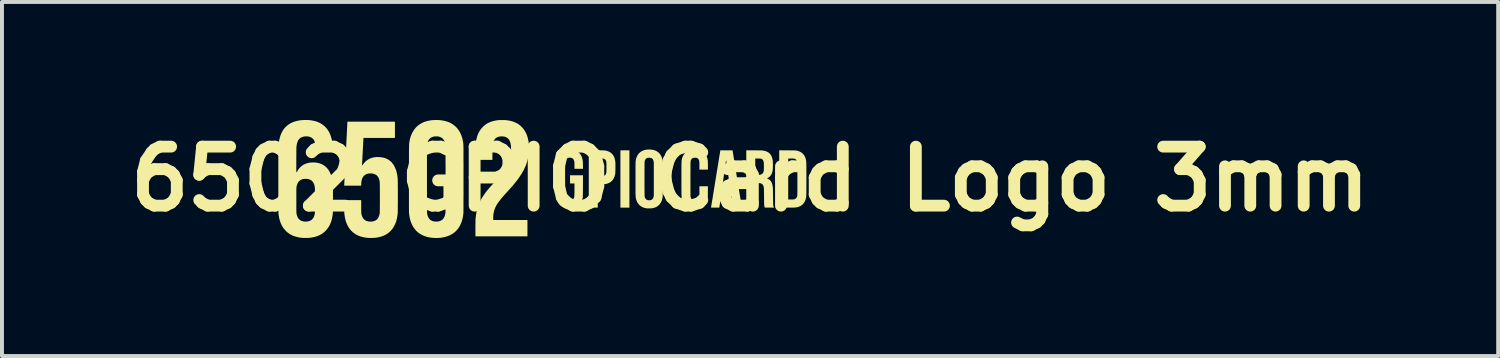
<source format=kicad_pcb>
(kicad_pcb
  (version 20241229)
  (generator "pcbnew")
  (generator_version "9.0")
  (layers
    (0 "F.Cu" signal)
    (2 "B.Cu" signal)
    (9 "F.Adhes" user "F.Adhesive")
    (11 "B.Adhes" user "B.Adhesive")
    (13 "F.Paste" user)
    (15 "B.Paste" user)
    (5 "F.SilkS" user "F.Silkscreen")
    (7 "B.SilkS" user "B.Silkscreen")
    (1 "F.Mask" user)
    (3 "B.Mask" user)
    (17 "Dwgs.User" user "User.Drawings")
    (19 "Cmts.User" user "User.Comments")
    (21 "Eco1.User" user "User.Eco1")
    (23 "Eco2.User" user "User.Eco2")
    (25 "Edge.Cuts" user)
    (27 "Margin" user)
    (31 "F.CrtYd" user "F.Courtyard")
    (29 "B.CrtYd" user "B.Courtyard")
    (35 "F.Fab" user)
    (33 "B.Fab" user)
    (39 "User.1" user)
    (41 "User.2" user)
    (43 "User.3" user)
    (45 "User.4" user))
  (footprint "6502 GPIO Card Logo 3mm"
    (layer "F.Cu")
    (at 16.014 1.499)
    (property "Reference" "6502 GPIO Card Logo 3mm" (at 0 0 0) (layer "F.SilkS") (effects (font (size 1.5 1.5) (thickness 0.3))))
    (attr board_only exclude_from_pos_files exclude_from_bom)
    (fp_poly (pts (xy -3.066 0) (xy -3.066 0.728) (xy -3.18 0.728) (xy -3.295 0.728) (xy -3.295 0) (xy -3.295 -0.728) (xy -3.18 -0.728) (xy -3.066 -0.728)) (stroke (width 0) (type solid)) (fill yes) (layer "F.SilkS"))
    (fp_poly (pts (xy -3.873 -0.728) (xy -3.838 -0.728) (xy -3.807 -0.728) (xy -3.781 -0.728) (xy -3.757 -0.728) (xy -3.737 -0.727) (xy -3.719 -0.726) (xy -3.704 -0.725) (xy -3.69 -0.724) (xy -3.678 -0.723) (xy -3.667 -0.721) (xy -3.657 -0.719) (xy -3.647 -0.716) (xy -3.637 -0.713) (xy -3.627 -0.71) (xy -3.623 -0.709) (xy -3.588 -0.695) (xy -3.556 -0.678) (xy -3.527 -0.656) (xy -3.501 -0.631) (xy -3.479 -0.602) (xy -3.462 -0.574) (xy -3.45 -0.545) (xy -3.439 -0.512) (xy -3.431 -0.477) (xy -3.425 -0.44) (xy -3.424 -0.433) (xy -3.423 -0.422) (xy -3.423 -0.407) (xy -3.422 -0.389) (xy -3.422 -0.368) (xy -3.422 -0.345) (xy -3.422 -0.32) (xy -3.422 -0.295) (xy -3.422 -0.269) (xy -3.423 -0.243) (xy -3.423 -0.219) (xy -3.424 -0.196) (xy -3.424 -0.175) (xy -3.425 -0.157) (xy -3.426 -0.143) (xy -3.427 -0.133) (xy -3.428 -0.129) (xy -3.436 -0.092) (xy -3.446 -0.059) (xy -3.458 -0.03) (xy -3.472 -0.003) (xy -3.488 0.021) (xy -3.507 0.044) (xy -3.527 0.062) (xy -3.546 0.078) (xy -3.568 0.091) (xy -3.577 0.096) (xy -3.597 0.106) (xy -3.617 0.113) (xy -3.637 0.12) (xy -3.658 0.125) (xy -3.682 0.129) (xy -3.708 0.132) (xy -3.737 0.133) (xy -3.77 0.134) (xy -3.797 0.134) (xy -3.871 0.135) (xy -3.871 0.431) (xy -3.871 0.728) (xy -3.985 0.728) (xy -4.099 0.728) (xy -4.099 0) (xy -4.099 -0.297) (xy -3.871 -0.297) (xy -3.871 -0.074) (xy -3.804 -0.074) (xy -3.781 -0.074) (xy -3.762 -0.074) (xy -3.747 -0.075) (xy -3.736 -0.075) (xy -3.728 -0.076) (xy -3.724 -0.077) (xy -3.704 -0.085) (xy -3.687 -0.095) (xy -3.674 -0.109) (xy -3.663 -0.127) (xy -3.656 -0.148) (xy -3.654 -0.159) (xy -3.653 -0.167) (xy -3.652 -0.179) (xy -3.651 -0.195) (xy -3.651 -0.214) (xy -3.65 -0.236) (xy -3.65 -0.259) (xy -3.65 -0.284) (xy -3.65 -0.308) (xy -3.65 -0.333) (xy -3.65 -0.356) (xy -3.65 -0.378) (xy -3.651 -0.397) (xy -3.652 -0.414) (xy -3.653 -0.426) (xy -3.654 -0.435) (xy -3.654 -0.435) (xy -3.66 -0.458) (xy -3.669 -0.477) (xy -3.68 -0.493) (xy -3.695 -0.504) (xy -3.698 -0.506) (xy -3.706 -0.51) (xy -3.713 -0.513) (xy -3.721 -0.516) (xy -3.73 -0.518) (xy -3.74 -0.519) (xy -3.754 -0.52) (xy -3.77 -0.52) (xy -3.79 -0.52) (xy -3.804 -0.52) (xy -3.871 -0.52) (xy -3.871 -0.297) (xy -4.099 -0.297) (xy -4.099 -0.728) (xy -3.913 -0.728)) (stroke (width 0) (type solid)) (fill yes) (layer "F.SilkS"))
    (fp_poly (pts (xy -0.328 -0.006) (xy -0.318 0.054) (xy -0.309 0.113) (xy -0.299 0.17) (xy -0.29 0.225) (xy -0.281 0.279) (xy -0.273 0.331) (xy -0.265 0.38) (xy -0.257 0.427) (xy -0.25 0.471) (xy -0.243 0.512) (xy -0.237 0.55) (xy -0.232 0.585) (xy -0.226 0.617) (xy -0.222 0.644) (xy -0.218 0.668) (xy -0.215 0.688) (xy -0.212 0.704) (xy -0.21 0.715) (xy -0.209 0.721) (xy -0.209 0.723) (xy -0.208 0.728) (xy -0.322 0.728) (xy -0.436 0.728) (xy -0.437 0.72) (xy -0.438 0.716) (xy -0.439 0.708) (xy -0.441 0.696) (xy -0.443 0.681) (xy -0.446 0.664) (xy -0.449 0.644) (xy -0.452 0.622) (xy -0.455 0.6) (xy -0.458 0.577) (xy -0.462 0.554) (xy -0.465 0.532) (xy -0.468 0.512) (xy -0.47 0.493) (xy -0.473 0.476) (xy -0.475 0.463) (xy -0.476 0.453) (xy -0.477 0.447) (xy -0.477 0.445) (xy -0.48 0.445) (xy -0.487 0.445) (xy -0.498 0.445) (xy -0.513 0.445) (xy -0.531 0.444) (xy -0.552 0.444) (xy -0.574 0.444) (xy -0.599 0.444) (xy -0.608 0.444) (xy -0.637 0.444) (xy -0.661 0.444) (xy -0.682 0.444) (xy -0.698 0.444) (xy -0.711 0.445) (xy -0.721 0.445) (xy -0.728 0.445) (xy -0.733 0.446) (xy -0.736 0.446) (xy -0.738 0.447) (xy -0.739 0.448) (xy -0.74 0.449) (xy -0.74 0.452) (xy -0.741 0.46) (xy -0.743 0.472) (xy -0.745 0.487) (xy -0.748 0.506) (xy -0.751 0.527) (xy -0.755 0.551) (xy -0.758 0.576) (xy -0.761 0.591) (xy -0.781 0.728) (xy -0.887 0.728) (xy -0.913 0.728) (xy -0.934 0.728) (xy -0.951 0.728) (xy -0.965 0.728) (xy -0.975 0.728) (xy -0.982 0.728) (xy -0.987 0.727) (xy -0.99 0.726) (xy -0.991 0.726) (xy -0.992 0.725) (xy -0.992 0.724) (xy -0.991 0.721) (xy -0.99 0.714) (xy -0.988 0.701) (xy -0.985 0.685) (xy -0.982 0.664) (xy -0.977 0.639) (xy -0.973 0.61) (xy -0.968 0.578) (xy -0.962 0.542) (xy -0.955 0.503) (xy -0.948 0.461) (xy -0.941 0.416) (xy -0.933 0.369) (xy -0.925 0.319) (xy -0.917 0.267) (xy -0.913 0.246) (xy -0.711 0.246) (xy -0.608 0.246) (xy -0.505 0.246) (xy -0.506 0.238) (xy -0.507 0.235) (xy -0.508 0.226) (xy -0.51 0.214) (xy -0.512 0.197) (xy -0.515 0.176) (xy -0.518 0.152) (xy -0.522 0.125) (xy -0.527 0.094) (xy -0.531 0.061) (xy -0.536 0.026) (xy -0.542 -0.012) (xy -0.547 -0.051) (xy -0.553 -0.092) (xy -0.557 -0.122) (xy -0.563 -0.163) (xy -0.569 -0.204) (xy -0.574 -0.242) (xy -0.579 -0.279) (xy -0.584 -0.313) (xy -0.589 -0.345) (xy -0.593 -0.374) (xy -0.597 -0.4) (xy -0.6 -0.422) (xy -0.603 -0.441) (xy -0.605 -0.456) (xy -0.607 -0.467) (xy -0.608 -0.473) (xy -0.608 -0.474) (xy -0.611 -0.474) (xy -0.611 -0.474) (xy -0.611 -0.471) (xy -0.612 -0.464) (xy -0.614 -0.452) (xy -0.616 -0.437) (xy -0.619 -0.417) (xy -0.623 -0.395) (xy -0.626 -0.369) (xy -0.63 -0.341) (xy -0.634 -0.311) (xy -0.639 -0.278) (xy -0.644 -0.244) (xy -0.649 -0.209) (xy -0.654 -0.173) (xy -0.659 -0.137) (xy -0.664 -0.1) (xy -0.669 -0.063) (xy -0.674 -0.027) (xy -0.679 0.008) (xy -0.684 0.042) (xy -0.688 0.074) (xy -0.693 0.105) (xy -0.696 0.133) (xy -0.7 0.159) (xy -0.703 0.182) (xy -0.706 0.202) (xy -0.708 0.218) (xy -0.709 0.23) (xy -0.71 0.237) (xy -0.711 0.24) (xy -0.711 0.246) (xy -0.913 0.246) (xy -0.908 0.213) (xy -0.899 0.157) (xy -0.89 0.099) (xy -0.88 0.04) (xy -0.873 -0.004) (xy -0.755 -0.728) (xy -0.6 -0.728) (xy -0.445 -0.728)) (stroke (width 0) (type solid)) (fill yes) (layer "F.SilkS"))
    (fp_poly (pts (xy 0.947 -0.728) (xy 0.985 -0.728) (xy 1.017 -0.727) (xy 1.046 -0.727) (xy 1.07 -0.727) (xy 1.091 -0.727) (xy 1.108 -0.727) (xy 1.123 -0.726) (xy 1.135 -0.726) (xy 1.145 -0.726) (xy 1.153 -0.725) (xy 1.16 -0.725) (xy 1.166 -0.724) (xy 1.171 -0.723) (xy 1.177 -0.722) (xy 1.181 -0.721) (xy 1.222 -0.711) (xy 1.259 -0.698) (xy 1.292 -0.681) (xy 1.322 -0.66) (xy 1.348 -0.636) (xy 1.371 -0.608) (xy 1.39 -0.576) (xy 1.405 -0.541) (xy 1.417 -0.502) (xy 1.421 -0.484) (xy 1.422 -0.477) (xy 1.424 -0.47) (xy 1.425 -0.464) (xy 1.426 -0.457) (xy 1.427 -0.45) (xy 1.427 -0.442) (xy 1.428 -0.432) (xy 1.429 -0.422) (xy 1.429 -0.41) (xy 1.43 -0.396) (xy 1.43 -0.381) (xy 1.43 -0.363) (xy 1.431 -0.342) (xy 1.431 -0.319) (xy 1.431 -0.292) (xy 1.431 -0.262) (xy 1.431 -0.229) (xy 1.431 -0.192) (xy 1.432 -0.151) (xy 1.432 -0.105) (xy 1.432 -0.055) (xy 1.432 -0.000069) (xy 1.432 0) (xy 1.432 0.055) (xy 1.432 0.105) (xy 1.432 0.151) (xy 1.431 0.192) (xy 1.431 0.229) (xy 1.431 0.262) (xy 1.431 0.292) (xy 1.431 0.318) (xy 1.431 0.342) (xy 1.43 0.362) (xy 1.43 0.381) (xy 1.43 0.396) (xy 1.429 0.41) (xy 1.429 0.422) (xy 1.428 0.432) (xy 1.427 0.442) (xy 1.427 0.45) (xy 1.426 0.457) (xy 1.425 0.464) (xy 1.424 0.47) (xy 1.422 0.477) (xy 1.421 0.484) (xy 1.421 0.484) (xy 1.411 0.524) (xy 1.397 0.561) (xy 1.379 0.594) (xy 1.358 0.624) (xy 1.333 0.65) (xy 1.305 0.672) (xy 1.274 0.691) (xy 1.239 0.706) (xy 1.201 0.717) (xy 1.189 0.719) (xy 1.18 0.721) (xy 1.172 0.722) (xy 1.163 0.724) (xy 1.153 0.725) (xy 1.143 0.726) (xy 1.131 0.726) (xy 1.118 0.727) (xy 1.102 0.727) (xy 1.084 0.728) (xy 1.062 0.728) (xy 1.037 0.728) (xy 1.009 0.728) (xy 0.976 0.728) (xy 0.939 0.728) (xy 0.933 0.728) (xy 0.741 0.728) (xy 0.741 0) (xy 0.97 0) (xy 0.97 0.52) (xy 1.04 0.52) (xy 1.062 0.52) (xy 1.079 0.52) (xy 1.092 0.52) (xy 1.103 0.519) (xy 1.111 0.519) (xy 1.117 0.518) (xy 1.122 0.517) (xy 1.127 0.516) (xy 1.147 0.507) (xy 1.164 0.496) (xy 1.178 0.482) (xy 1.188 0.465) (xy 1.196 0.443) (xy 1.199 0.431) (xy 1.2 0.428) (xy 1.2 0.424) (xy 1.2 0.419) (xy 1.201 0.414) (xy 1.201 0.407) (xy 1.202 0.398) (xy 1.202 0.388) (xy 1.202 0.376) (xy 1.202 0.361) (xy 1.202 0.343) (xy 1.203 0.323) (xy 1.203 0.3) (xy 1.203 0.274) (xy 1.203 0.244) (xy 1.203 0.21) (xy 1.203 0.173) (xy 1.203 0.131) (xy 1.203 0.085) (xy 1.203 0.034) (xy 1.203 0) (xy 1.203 -0.054) (xy 1.203 -0.103) (xy 1.203 -0.148) (xy 1.203 -0.188) (xy 1.203 -0.224) (xy 1.203 -0.256) (xy 1.203 -0.284) (xy 1.203 -0.31) (xy 1.203 -0.331) (xy 1.202 -0.35) (xy 1.202 -0.367) (xy 1.202 -0.381) (xy 1.202 -0.392) (xy 1.201 -0.402) (xy 1.201 -0.41) (xy 1.201 -0.416) (xy 1.2 -0.421) (xy 1.2 -0.425) (xy 1.199 -0.429) (xy 1.199 -0.431) (xy 1.192 -0.454) (xy 1.183 -0.474) (xy 1.172 -0.49) (xy 1.156 -0.502) (xy 1.138 -0.512) (xy 1.127 -0.516) (xy 1.122 -0.517) (xy 1.116 -0.518) (xy 1.109 -0.519) (xy 1.101 -0.52) (xy 1.09 -0.52) (xy 1.076 -0.52) (xy 1.058 -0.52) (xy 1.04 -0.52) (xy 0.97 -0.52) (xy 0.97 0) (xy 0.741 0) (xy 0.741 -0.000124) (xy 0.741 -0.729)) (stroke (width 0) (type solid)) (fill yes) (layer "F.SilkS"))
    (fp_poly (pts (xy 0.107 -0.728) (xy 0.144 -0.728) (xy 0.177 -0.727) (xy 0.205 -0.727) (xy 0.229 -0.727) (xy 0.25 -0.727) (xy 0.267 -0.726) (xy 0.281 -0.726) (xy 0.293 -0.726) (xy 0.303 -0.725) (xy 0.312 -0.725) (xy 0.319 -0.724) (xy 0.325 -0.724) (xy 0.33 -0.723) (xy 0.335 -0.722) (xy 0.339 -0.721) (xy 0.378 -0.712) (xy 0.413 -0.701) (xy 0.444 -0.687) (xy 0.471 -0.671) (xy 0.495 -0.651) (xy 0.515 -0.629) (xy 0.533 -0.603) (xy 0.54 -0.589) (xy 0.55 -0.568) (xy 0.558 -0.547) (xy 0.565 -0.525) (xy 0.571 -0.501) (xy 0.575 -0.476) (xy 0.578 -0.448) (xy 0.58 -0.416) (xy 0.581 -0.381) (xy 0.581 -0.342) (xy 0.58 -0.324) (xy 0.58 -0.293) (xy 0.579 -0.266) (xy 0.577 -0.245) (xy 0.576 -0.228) (xy 0.575 -0.221) (xy 0.567 -0.183) (xy 0.556 -0.147) (xy 0.541 -0.116) (xy 0.523 -0.087) (xy 0.504 -0.065) (xy 0.493 -0.055) (xy 0.478 -0.043) (xy 0.463 -0.033) (xy 0.448 -0.025) (xy 0.442 -0.022) (xy 0.436 -0.019) (xy 0.432 -0.016) (xy 0.432 -0.015) (xy 0.435 -0.013) (xy 0.441 -0.009) (xy 0.449 -0.005) (xy 0.453 -0.004) (xy 0.477 0.009) (xy 0.499 0.024) (xy 0.517 0.041) (xy 0.533 0.062) (xy 0.547 0.086) (xy 0.558 0.114) (xy 0.567 0.147) (xy 0.574 0.183) (xy 0.578 0.206) (xy 0.579 0.212) (xy 0.579 0.22) (xy 0.58 0.23) (xy 0.58 0.242) (xy 0.581 0.257) (xy 0.581 0.274) (xy 0.582 0.295) (xy 0.582 0.319) (xy 0.583 0.347) (xy 0.583 0.379) (xy 0.584 0.416) (xy 0.584 0.443) (xy 0.584 0.477) (xy 0.585 0.509) (xy 0.585 0.539) (xy 0.585 0.567) (xy 0.586 0.592) (xy 0.586 0.614) (xy 0.587 0.632) (xy 0.587 0.647) (xy 0.588 0.657) (xy 0.588 0.663) (xy 0.588 0.664) (xy 0.592 0.679) (xy 0.596 0.694) (xy 0.599 0.707) (xy 0.603 0.717) (xy 0.605 0.723) (xy 0.607 0.727) (xy 0.607 0.727) (xy 0.604 0.727) (xy 0.597 0.728) (xy 0.586 0.728) (xy 0.571 0.728) (xy 0.554 0.728) (xy 0.533 0.728) (xy 0.511 0.728) (xy 0.491 0.728) (xy 0.375 0.727) (xy 0.371 0.716) (xy 0.369 0.708) (xy 0.367 0.701) (xy 0.365 0.694) (xy 0.363 0.688) (xy 0.362 0.681) (xy 0.361 0.674) (xy 0.36 0.665) (xy 0.359 0.655) (xy 0.358 0.644) (xy 0.358 0.63) (xy 0.357 0.614) (xy 0.357 0.595) (xy 0.357 0.572) (xy 0.356 0.546) (xy 0.356 0.516) (xy 0.356 0.482) (xy 0.355 0.448) (xy 0.355 0.409) (xy 0.355 0.375) (xy 0.354 0.345) (xy 0.354 0.32) (xy 0.354 0.298) (xy 0.353 0.279) (xy 0.353 0.263) (xy 0.353 0.25) (xy 0.352 0.24) (xy 0.352 0.231) (xy 0.351 0.224) (xy 0.35 0.218) (xy 0.35 0.214) (xy 0.349 0.213) (xy 0.343 0.186) (xy 0.335 0.165) (xy 0.324 0.147) (xy 0.311 0.133) (xy 0.294 0.121) (xy 0.274 0.112) (xy 0.266 0.11) (xy 0.259 0.108) (xy 0.249 0.107) (xy 0.236 0.106) (xy 0.22 0.105) (xy 0.198 0.105) (xy 0.192 0.105) (xy 0.132 0.104) (xy 0.132 0.416) (xy 0.132 0.728) (xy 0.018 0.728) (xy -0.096 0.728) (xy -0.096 -0.000138) (xy -0.096 -0.312) (xy 0.132 -0.312) (xy 0.132 -0.103) (xy 0.192 -0.105) (xy 0.215 -0.105) (xy 0.234 -0.106) (xy 0.248 -0.107) (xy 0.259 -0.108) (xy 0.266 -0.11) (xy 0.281 -0.115) (xy 0.296 -0.123) (xy 0.309 -0.132) (xy 0.319 -0.14) (xy 0.319 -0.141) (xy 0.33 -0.156) (xy 0.339 -0.174) (xy 0.346 -0.195) (xy 0.347 -0.2) (xy 0.348 -0.206) (xy 0.349 -0.212) (xy 0.35 -0.219) (xy 0.351 -0.228) (xy 0.351 -0.24) (xy 0.351 -0.254) (xy 0.351 -0.271) (xy 0.352 -0.292) (xy 0.352 -0.315) (xy 0.352 -0.34) (xy 0.351 -0.361) (xy 0.351 -0.378) (xy 0.351 -0.392) (xy 0.35 -0.403) (xy 0.35 -0.412) (xy 0.349 -0.419) (xy 0.348 -0.426) (xy 0.347 -0.431) (xy 0.34 -0.456) (xy 0.331 -0.476) (xy 0.319 -0.492) (xy 0.304 -0.504) (xy 0.3 -0.506) (xy 0.292 -0.51) (xy 0.284 -0.513) (xy 0.276 -0.516) (xy 0.267 -0.518) (xy 0.256 -0.519) (xy 0.243 -0.52) (xy 0.226 -0.52) (xy 0.205 -0.52) (xy 0.196 -0.52) (xy 0.132 -0.52) (xy 0.132 -0.312) (xy -0.096 -0.312) (xy -0.096 -0.729)) (stroke (width 0) (type solid)) (fill yes) (layer "F.SilkS"))
    (fp_poly (pts (xy -4.552 -0.748) (xy -4.535 -0.747) (xy -4.531 -0.746) (xy -4.489 -0.739) (xy -4.45 -0.728) (xy -4.414 -0.714) (xy -4.382 -0.695) (xy -4.353 -0.673) (xy -4.328 -0.647) (xy -4.306 -0.617) (xy -4.287 -0.584) (xy -4.272 -0.546) (xy -4.26 -0.505) (xy -4.252 -0.46) (xy -4.252 -0.458) (xy -4.251 -0.451) (xy -4.25 -0.439) (xy -4.249 -0.424) (xy -4.249 -0.406) (xy -4.248 -0.386) (xy -4.248 -0.364) (xy -4.247 -0.348) (xy -4.246 -0.259) (xy -4.354 -0.259) (xy -4.462 -0.259) (xy -4.463 -0.347) (xy -4.463 -0.371) (xy -4.464 -0.391) (xy -4.464 -0.407) (xy -4.465 -0.419) (xy -4.465 -0.429) (xy -4.466 -0.437) (xy -4.467 -0.444) (xy -4.468 -0.45) (xy -4.469 -0.455) (xy -4.478 -0.479) (xy -4.489 -0.5) (xy -4.502 -0.516) (xy -4.519 -0.527) (xy -4.538 -0.536) (xy -4.561 -0.54) (xy -4.581 -0.541) (xy -4.603 -0.54) (xy -4.622 -0.537) (xy -4.638 -0.531) (xy -4.653 -0.522) (xy -4.662 -0.515) (xy -4.675 -0.5) (xy -4.685 -0.483) (xy -4.692 -0.463) (xy -4.697 -0.439) (xy -4.698 -0.433) (xy -4.699 -0.427) (xy -4.699 -0.416) (xy -4.699 -0.402) (xy -4.7 -0.383) (xy -4.7 -0.361) (xy -4.7 -0.335) (xy -4.7 -0.306) (xy -4.7 -0.274) (xy -4.701 -0.241) (xy -4.701 -0.205) (xy -4.701 -0.167) (xy -4.701 -0.128) (xy -4.701 -0.088) (xy -4.701 -0.047) (xy -4.701 -0.005) (xy -4.7 0.036) (xy -4.7 0.077) (xy -4.7 0.118) (xy -4.7 0.158) (xy -4.7 0.197) (xy -4.699 0.234) (xy -4.699 0.27) (xy -4.699 0.303) (xy -4.699 0.334) (xy -4.698 0.362) (xy -4.698 0.387) (xy -4.698 0.408) (xy -4.697 0.426) (xy -4.697 0.439) (xy -4.696 0.449) (xy -4.696 0.453) (xy -4.696 0.453) (xy -4.687 0.478) (xy -4.676 0.498) (xy -4.662 0.515) (xy -4.645 0.527) (xy -4.625 0.535) (xy -4.601 0.54) (xy -4.581 0.541) (xy -4.555 0.539) (xy -4.533 0.534) (xy -4.513 0.524) (xy -4.497 0.511) (xy -4.484 0.494) (xy -4.474 0.473) (xy -4.468 0.452) (xy -4.467 0.448) (xy -4.466 0.442) (xy -4.466 0.436) (xy -4.465 0.427) (xy -4.465 0.416) (xy -4.464 0.402) (xy -4.464 0.385) (xy -4.464 0.365) (xy -4.463 0.341) (xy -4.463 0.312) (xy -4.463 0.279) (xy -4.463 0.275) (xy -4.462 0.114) (xy -4.519 0.114) (xy -4.576 0.114) (xy -4.576 0.01) (xy -4.576 -0.094) (xy -4.411 -0.094) (xy -4.246 -0.094) (xy -4.247 0.172) (xy -4.247 0.22) (xy -4.248 0.263) (xy -4.248 0.301) (xy -4.248 0.335) (xy -4.248 0.364) (xy -4.249 0.389) (xy -4.249 0.41) (xy -4.25 0.428) (xy -4.25 0.441) (xy -4.251 0.451) (xy -4.251 0.457) (xy -4.251 0.458) (xy -4.255 0.484) (xy -4.26 0.506) (xy -4.266 0.526) (xy -4.271 0.542) (xy -4.285 0.58) (xy -4.304 0.614) (xy -4.325 0.644) (xy -4.351 0.67) (xy -4.379 0.693) (xy -4.411 0.712) (xy -4.446 0.727) (xy -4.485 0.738) (xy -4.521 0.745) (xy -4.532 0.746) (xy -4.548 0.747) (xy -4.565 0.748) (xy -4.583 0.748) (xy -4.602 0.748) (xy -4.618 0.748) (xy -4.632 0.748) (xy -4.641 0.747) (xy -4.683 0.74) (xy -4.721 0.73) (xy -4.755 0.717) (xy -4.785 0.701) (xy -4.813 0.682) (xy -4.837 0.659) (xy -4.84 0.657) (xy -4.863 0.629) (xy -4.882 0.598) (xy -4.898 0.564) (xy -4.91 0.527) (xy -4.92 0.487) (xy -4.926 0.442) (xy -4.927 0.438) (xy -4.927 0.432) (xy -4.927 0.421) (xy -4.928 0.405) (xy -4.928 0.386) (xy -4.928 0.363) (xy -4.928 0.336) (xy -4.929 0.306) (xy -4.929 0.274) (xy -4.929 0.239) (xy -4.929 0.203) (xy -4.929 0.164) (xy -4.929 0.124) (xy -4.929 0.084) (xy -4.929 0.042) (xy -4.929 0.000255) (xy -4.929 -0.042) (xy -4.929 -0.083) (xy -4.929 -0.124) (xy -4.929 -0.164) (xy -4.929 -0.202) (xy -4.929 -0.239) (xy -4.929 -0.274) (xy -4.929 -0.306) (xy -4.928 -0.336) (xy -4.928 -0.362) (xy -4.928 -0.386) (xy -4.928 -0.405) (xy -4.927 -0.421) (xy -4.927 -0.432) (xy -4.927 -0.438) (xy -4.927 -0.438) (xy -4.921 -0.483) (xy -4.912 -0.523) (xy -4.899 -0.56) (xy -4.884 -0.594) (xy -4.868 -0.621) (xy -4.845 -0.651) (xy -4.819 -0.676) (xy -4.789 -0.698) (xy -4.756 -0.716) (xy -4.72 -0.73) (xy -4.681 -0.741) (xy -4.672 -0.743) (xy -4.657 -0.745) (xy -4.638 -0.746) (xy -4.617 -0.748) (xy -4.594 -0.748) (xy -4.572 -0.748)) (stroke (width 0) (type solid)) (fill yes) (layer "F.SilkS"))
    (fp_poly (pts (xy -6.273 -1.498) (xy -6.251 -1.498) (xy -6.23 -1.497) (xy -6.213 -1.496) (xy -6.201 -1.495) (xy -6.141 -1.487) (xy -6.085 -1.476) (xy -6.032 -1.461) (xy -5.983 -1.443) (xy -5.937 -1.421) (xy -5.893 -1.396) (xy -5.853 -1.368) (xy -5.847 -1.362) (xy -5.837 -1.354) (xy -5.826 -1.344) (xy -5.814 -1.332) (xy -5.802 -1.32) (xy -5.799 -1.317) (xy -5.764 -1.278) (xy -5.733 -1.235) (xy -5.706 -1.188) (xy -5.682 -1.138) (xy -5.662 -1.085) (xy -5.646 -1.028) (xy -5.633 -0.967) (xy -5.623 -0.903) (xy -5.62 -0.863) (xy -5.618 -0.841) (xy -5.618 -0.816) (xy -5.617 -0.789) (xy -5.617 -0.761) (xy -5.618 -0.733) (xy -5.619 -0.706) (xy -5.62 -0.683) (xy -5.621 -0.669) (xy -5.628 -0.607) (xy -5.639 -0.546) (xy -5.653 -0.486) (xy -5.67 -0.426) (xy -5.69 -0.367) (xy -5.714 -0.309) (xy -5.742 -0.249) (xy -5.774 -0.19) (xy -5.809 -0.13) (xy -5.849 -0.069) (xy -5.892 -0.006) (xy -5.94 0.058) (xy -5.993 0.123) (xy -6.011 0.145) (xy -6.03 0.168) (xy -6.05 0.191) (xy -6.069 0.213) (xy -6.09 0.236) (xy -6.111 0.26) (xy -6.135 0.287) (xy -6.162 0.315) (xy -6.175 0.33) (xy -6.218 0.377) (xy -6.257 0.42) (xy -6.292 0.461) (xy -6.325 0.499) (xy -6.353 0.535) (xy -6.379 0.569) (xy -6.403 0.601) (xy -6.423 0.632) (xy -6.442 0.662) (xy -6.458 0.692) (xy -6.472 0.72) (xy -6.484 0.748) (xy -6.494 0.777) (xy -6.503 0.805) (xy -6.509 0.826) (xy -6.515 0.854) (xy -6.52 0.881) (xy -6.524 0.909) (xy -6.526 0.939) (xy -6.527 0.973) (xy -6.527 0.982) (xy -6.527 1.042) (xy -6.092 1.043) (xy -5.658 1.043) (xy -5.658 1.25) (xy -5.658 1.457) (xy -6.319 1.457) (xy -6.98 1.457) (xy -6.98 1.262) (xy -6.98 1.23) (xy -6.98 1.199) (xy -6.98 1.168) (xy -6.98 1.14) (xy -6.979 1.113) (xy -6.979 1.089) (xy -6.979 1.069) (xy -6.978 1.052) (xy -6.978 1.039) (xy -6.978 1.031) (xy -6.971 0.958) (xy -6.962 0.889) (xy -6.95 0.823) (xy -6.935 0.76) (xy -6.917 0.699) (xy -6.895 0.64) (xy -6.869 0.582) (xy -6.84 0.525) (xy -6.806 0.468) (xy -6.768 0.41) (xy -6.728 0.353) (xy -6.708 0.326) (xy -6.687 0.3) (xy -6.666 0.274) (xy -6.644 0.248) (xy -6.62 0.22) (xy -6.595 0.191) (xy -6.566 0.159) (xy -6.534 0.125) (xy -6.527 0.117) (xy -6.477 0.062) (xy -6.43 0.009) (xy -6.387 -0.041) (xy -6.348 -0.088) (xy -6.312 -0.134) (xy -6.28 -0.177) (xy -6.25 -0.219) (xy -6.223 -0.26) (xy -6.199 -0.3) (xy -6.178 -0.338) (xy -6.159 -0.377) (xy -6.142 -0.414) (xy -6.127 -0.452) (xy -6.116 -0.484) (xy -6.101 -0.535) (xy -6.09 -0.584) (xy -6.081 -0.634) (xy -6.076 -0.685) (xy -6.074 -0.737) (xy -6.075 -0.777) (xy -6.077 -0.82) (xy -6.08 -0.859) (xy -6.086 -0.894) (xy -6.093 -0.925) (xy -6.102 -0.952) (xy -6.113 -0.977) (xy -6.126 -0.998) (xy -6.141 -1.017) (xy -6.144 -1.02) (xy -6.166 -1.04) (xy -6.191 -1.056) (xy -6.218 -1.069) (xy -6.249 -1.077) (xy -6.283 -1.082) (xy -6.296 -1.083) (xy -6.332 -1.083) (xy -6.367 -1.079) (xy -6.398 -1.071) (xy -6.427 -1.06) (xy -6.453 -1.044) (xy -6.464 -1.036) (xy -6.484 -1.017) (xy -6.501 -0.995) (xy -6.515 -0.97) (xy -6.527 -0.94) (xy -6.537 -0.907) (xy -6.542 -0.888) (xy -6.543 -0.883) (xy -6.543 -0.877) (xy -6.544 -0.872) (xy -6.545 -0.866) (xy -6.545 -0.858) (xy -6.546 -0.849) (xy -6.546 -0.838) (xy -6.547 -0.825) (xy -6.547 -0.809) (xy -6.547 -0.789) (xy -6.547 -0.767) (xy -6.547 -0.74) (xy -6.548 -0.709) (xy -6.548 -0.673) (xy -6.548 -0.673) (xy -6.549 -0.485) (xy -6.765 -0.485) (xy -6.98 -0.485) (xy -6.98 -0.657) (xy -6.98 -0.695) (xy -6.98 -0.729) (xy -6.98 -0.758) (xy -6.98 -0.784) (xy -6.979 -0.807) (xy -6.979 -0.827) (xy -6.978 -0.845) (xy -6.977 -0.861) (xy -6.976 -0.876) (xy -6.975 -0.89) (xy -6.973 -0.904) (xy -6.972 -0.918) (xy -6.97 -0.933) (xy -6.959 -0.994) (xy -6.945 -1.052) (xy -6.927 -1.107) (xy -6.906 -1.159) (xy -6.881 -1.207) (xy -6.852 -1.253) (xy -6.82 -1.294) (xy -6.784 -1.332) (xy -6.745 -1.366) (xy -6.706 -1.395) (xy -6.663 -1.42) (xy -6.617 -1.442) (xy -6.568 -1.46) (xy -6.515 -1.475) (xy -6.458 -1.487) (xy -6.398 -1.495) (xy -6.396 -1.495) (xy -6.383 -1.497) (xy -6.365 -1.497) (xy -6.344 -1.498) (xy -6.321 -1.498) (xy -6.297 -1.498)) (stroke (width 0) (type solid)) (fill yes) (layer "F.SilkS"))
    (fp_poly (pts (xy -1.381 -0.748) (xy -1.345 -0.745) (xy -1.311 -0.74) (xy -1.28 -0.732) (xy -1.25 -0.721) (xy -1.235 -0.714) (xy -1.203 -0.695) (xy -1.174 -0.672) (xy -1.148 -0.646) (xy -1.127 -0.616) (xy -1.108 -0.583) (xy -1.093 -0.546) (xy -1.093 -0.545) (xy -1.088 -0.531) (xy -1.085 -0.519) (xy -1.082 -0.507) (xy -1.079 -0.495) (xy -1.077 -0.482) (xy -1.075 -0.469) (xy -1.074 -0.453) (xy -1.073 -0.435) (xy -1.073 -0.414) (xy -1.072 -0.389) (xy -1.072 -0.36) (xy -1.072 -0.35) (xy -1.071 -0.239) (xy -1.179 -0.239) (xy -1.287 -0.239) (xy -1.287 -0.337) (xy -1.287 -0.364) (xy -1.287 -0.387) (xy -1.288 -0.408) (xy -1.288 -0.425) (xy -1.289 -0.438) (xy -1.289 -0.447) (xy -1.29 -0.45) (xy -1.297 -0.475) (xy -1.306 -0.496) (xy -1.32 -0.513) (xy -1.336 -0.526) (xy -1.355 -0.535) (xy -1.378 -0.54) (xy -1.399 -0.541) (xy -1.425 -0.539) (xy -1.447 -0.534) (xy -1.466 -0.526) (xy -1.481 -0.513) (xy -1.494 -0.496) (xy -1.504 -0.476) (xy -1.51 -0.461) (xy -1.51 -0.459) (xy -1.511 -0.456) (xy -1.511 -0.453) (xy -1.512 -0.449) (xy -1.512 -0.443) (xy -1.512 -0.437) (xy -1.513 -0.429) (xy -1.513 -0.419) (xy -1.513 -0.407) (xy -1.513 -0.393) (xy -1.514 -0.376) (xy -1.514 -0.357) (xy -1.514 -0.334) (xy -1.514 -0.309) (xy -1.514 -0.28) (xy -1.514 -0.247) (xy -1.514 -0.211) (xy -1.514 -0.17) (xy -1.515 -0.125) (xy -1.515 -0.075) (xy -1.515 -0.021) (xy -1.515 -0.011) (xy -1.515 0.049) (xy -1.515 0.105) (xy -1.515 0.156) (xy -1.515 0.203) (xy -1.515 0.244) (xy -1.515 0.282) (xy -1.515 0.315) (xy -1.515 0.344) (xy -1.514 0.369) (xy -1.514 0.39) (xy -1.514 0.408) (xy -1.514 0.422) (xy -1.513 0.432) (xy -1.513 0.439) (xy -1.513 0.443) (xy -1.508 0.463) (xy -1.502 0.483) (xy -1.493 0.499) (xy -1.484 0.511) (xy -1.469 0.524) (xy -1.451 0.533) (xy -1.431 0.538) (xy -1.408 0.541) (xy -1.399 0.541) (xy -1.373 0.539) (xy -1.351 0.533) (xy -1.332 0.523) (xy -1.316 0.51) (xy -1.304 0.492) (xy -1.299 0.483) (xy -1.297 0.477) (xy -1.294 0.47) (xy -1.293 0.463) (xy -1.291 0.456) (xy -1.29 0.447) (xy -1.289 0.437) (xy -1.288 0.424) (xy -1.288 0.408) (xy -1.287 0.39) (xy -1.287 0.367) (xy -1.287 0.341) (xy -1.287 0.311) (xy -1.287 0.185) (xy -1.179 0.185) (xy -1.071 0.185) (xy -1.072 0.323) (xy -1.072 0.356) (xy -1.072 0.385) (xy -1.073 0.409) (xy -1.073 0.43) (xy -1.074 0.448) (xy -1.075 0.463) (xy -1.076 0.477) (xy -1.078 0.489) (xy -1.08 0.5) (xy -1.082 0.51) (xy -1.085 0.521) (xy -1.089 0.532) (xy -1.093 0.545) (xy -1.093 0.545) (xy -1.108 0.582) (xy -1.126 0.616) (xy -1.149 0.647) (xy -1.175 0.673) (xy -1.193 0.688) (xy -1.216 0.704) (xy -1.244 0.718) (xy -1.274 0.729) (xy -1.306 0.738) (xy -1.339 0.745) (xy -1.34 0.745) (xy -1.352 0.746) (xy -1.367 0.747) (xy -1.384 0.748) (xy -1.402 0.748) (xy -1.42 0.748) (xy -1.436 0.748) (xy -1.45 0.748) (xy -1.458 0.747) (xy -1.501 0.74) (xy -1.541 0.729) (xy -1.577 0.715) (xy -1.609 0.696) (xy -1.638 0.674) (xy -1.664 0.649) (xy -1.686 0.62) (xy -1.704 0.587) (xy -1.719 0.55) (xy -1.731 0.51) (xy -1.733 0.503) (xy -1.734 0.497) (xy -1.735 0.49) (xy -1.737 0.484) (xy -1.738 0.477) (xy -1.739 0.47) (xy -1.739 0.462) (xy -1.74 0.452) (xy -1.741 0.442) (xy -1.741 0.429) (xy -1.742 0.415) (xy -1.742 0.399) (xy -1.743 0.38) (xy -1.743 0.359) (xy -1.743 0.335) (xy -1.743 0.308) (xy -1.744 0.278) (xy -1.744 0.244) (xy -1.744 0.206) (xy -1.744 0.165) (xy -1.744 0.119) (xy -1.744 0.068) (xy -1.744 0.013) (xy -1.744 0) (xy -1.744 -0.056) (xy -1.744 -0.108) (xy -1.744 -0.155) (xy -1.744 -0.197) (xy -1.744 -0.236) (xy -1.744 -0.271) (xy -1.743 -0.302) (xy -1.743 -0.329) (xy -1.743 -0.354) (xy -1.743 -0.376) (xy -1.742 -0.395) (xy -1.742 -0.411) (xy -1.742 -0.426) (xy -1.741 -0.439) (xy -1.74 -0.45) (xy -1.74 -0.46) (xy -1.739 -0.468) (xy -1.738 -0.476) (xy -1.737 -0.483) (xy -1.736 -0.489) (xy -1.734 -0.496) (xy -1.733 -0.502) (xy -1.731 -0.509) (xy -1.731 -0.511) (xy -1.719 -0.551) (xy -1.704 -0.587) (xy -1.685 -0.62) (xy -1.663 -0.649) (xy -1.637 -0.675) (xy -1.608 -0.697) (xy -1.583 -0.712) (xy -1.558 -0.723) (xy -1.534 -0.732) (xy -1.509 -0.739) (xy -1.482 -0.743) (xy -1.451 -0.746) (xy -1.421 -0.748)) (stroke (width 0) (type solid)) (fill yes) (layer "F.SilkS"))
    (fp_poly (pts (xy -2.541 -0.748) (xy -2.518 -0.746) (xy -2.497 -0.745) (xy -2.48 -0.742) (xy -2.476 -0.742) (xy -2.438 -0.733) (xy -2.404 -0.721) (xy -2.374 -0.706) (xy -2.346 -0.688) (xy -2.32 -0.666) (xy -2.319 -0.665) (xy -2.294 -0.638) (xy -2.272 -0.607) (xy -2.254 -0.574) (xy -2.24 -0.538) (xy -2.229 -0.498) (xy -2.222 -0.458) (xy -2.222 -0.454) (xy -2.221 -0.448) (xy -2.221 -0.442) (xy -2.221 -0.434) (xy -2.22 -0.424) (xy -2.22 -0.412) (xy -2.22 -0.398) (xy -2.219 -0.381) (xy -2.219 -0.362) (xy -2.219 -0.34) (xy -2.219 -0.315) (xy -2.219 -0.286) (xy -2.219 -0.254) (xy -2.219 -0.218) (xy -2.219 -0.178) (xy -2.219 -0.134) (xy -2.219 -0.085) (xy -2.219 -0.031) (xy -2.219 0) (xy -2.219 0.056) (xy -2.219 0.108) (xy -2.219 0.154) (xy -2.219 0.197) (xy -2.219 0.235) (xy -2.219 0.269) (xy -2.219 0.299) (xy -2.219 0.327) (xy -2.219 0.35) (xy -2.219 0.371) (xy -2.22 0.389) (xy -2.22 0.404) (xy -2.22 0.418) (xy -2.22 0.429) (xy -2.221 0.438) (xy -2.221 0.445) (xy -2.221 0.451) (xy -2.222 0.456) (xy -2.222 0.458) (xy -2.23 0.501) (xy -2.241 0.541) (xy -2.256 0.577) (xy -2.274 0.61) (xy -2.296 0.64) (xy -2.319 0.665) (xy -2.345 0.687) (xy -2.373 0.706) (xy -2.404 0.721) (xy -2.439 0.733) (xy -2.474 0.741) (xy -2.484 0.743) (xy -2.495 0.745) (xy -2.508 0.746) (xy -2.524 0.747) (xy -2.542 0.747) (xy -2.555 0.747) (xy -2.571 0.748) (xy -2.587 0.748) (xy -2.6 0.748) (xy -2.61 0.748) (xy -2.616 0.747) (xy -2.617 0.747) (xy -2.622 0.746) (xy -2.631 0.745) (xy -2.642 0.743) (xy -2.649 0.742) (xy -2.688 0.734) (xy -2.724 0.721) (xy -2.758 0.704) (xy -2.789 0.683) (xy -2.817 0.659) (xy -2.841 0.63) (xy -2.862 0.599) (xy -2.879 0.564) (xy -2.893 0.525) (xy -2.901 0.493) (xy -2.902 0.486) (xy -2.904 0.48) (xy -2.905 0.473) (xy -2.906 0.467) (xy -2.906 0.46) (xy -2.907 0.452) (xy -2.908 0.442) (xy -2.909 0.432) (xy -2.909 0.42) (xy -2.91 0.407) (xy -2.91 0.391) (xy -2.91 0.373) (xy -2.911 0.352) (xy -2.911 0.329) (xy -2.911 0.303) (xy -2.911 0.273) (xy -2.911 0.24) (xy -2.911 0.203) (xy -2.911 0.162) (xy -2.911 0.117) (xy -2.911 0.067) (xy -2.911 0.012) (xy -2.911 0) (xy -2.911 -0.018) (xy -2.683 -0.018) (xy -2.683 0.023) (xy -2.683 0.065) (xy -2.683 0.106) (xy -2.683 0.146) (xy -2.683 0.185) (xy -2.683 0.223) (xy -2.683 0.259) (xy -2.682 0.292) (xy -2.682 0.323) (xy -2.682 0.351) (xy -2.681 0.377) (xy -2.681 0.398) (xy -2.681 0.416) (xy -2.68 0.43) (xy -2.68 0.439) (xy -2.679 0.443) (xy -2.674 0.467) (xy -2.666 0.487) (xy -2.656 0.503) (xy -2.642 0.517) (xy -2.635 0.522) (xy -2.619 0.531) (xy -2.6 0.537) (xy -2.579 0.541) (xy -2.558 0.541) (xy -2.536 0.539) (xy -2.517 0.534) (xy -2.509 0.531) (xy -2.491 0.52) (xy -2.476 0.505) (xy -2.464 0.487) (xy -2.455 0.465) (xy -2.45 0.447) (xy -2.449 0.444) (xy -2.449 0.441) (xy -2.448 0.437) (xy -2.448 0.432) (xy -2.448 0.426) (xy -2.447 0.419) (xy -2.447 0.41) (xy -2.447 0.399) (xy -2.446 0.386) (xy -2.446 0.371) (xy -2.446 0.353) (xy -2.446 0.332) (xy -2.446 0.308) (xy -2.446 0.281) (xy -2.446 0.25) (xy -2.446 0.216) (xy -2.446 0.178) (xy -2.446 0.135) (xy -2.446 0.088) (xy -2.446 0.036) (xy -2.446 0) (xy -2.446 -0.055) (xy -2.446 -0.105) (xy -2.446 -0.15) (xy -2.446 -0.191) (xy -2.446 -0.228) (xy -2.446 -0.261) (xy -2.446 -0.291) (xy -2.446 -0.317) (xy -2.446 -0.339) (xy -2.446 -0.359) (xy -2.446 -0.376) (xy -2.447 -0.391) (xy -2.447 -0.403) (xy -2.447 -0.413) (xy -2.447 -0.422) (xy -2.448 -0.429) (xy -2.448 -0.434) (xy -2.449 -0.439) (xy -2.449 -0.442) (xy -2.45 -0.445) (xy -2.45 -0.447) (xy -2.458 -0.473) (xy -2.468 -0.494) (xy -2.481 -0.512) (xy -2.498 -0.525) (xy -2.505 -0.529) (xy -2.518 -0.535) (xy -2.532 -0.538) (xy -2.547 -0.54) (xy -2.566 -0.541) (xy -2.592 -0.539) (xy -2.614 -0.533) (xy -2.633 -0.524) (xy -2.649 -0.511) (xy -2.662 -0.493) (xy -2.672 -0.472) (xy -2.679 -0.446) (xy -2.679 -0.443) (xy -2.68 -0.438) (xy -2.68 -0.428) (xy -2.681 -0.414) (xy -2.681 -0.396) (xy -2.682 -0.374) (xy -2.682 -0.348) (xy -2.682 -0.319) (xy -2.682 -0.288) (xy -2.683 -0.254) (xy -2.683 -0.218) (xy -2.683 -0.181) (xy -2.683 -0.141) (xy -2.683 -0.101) (xy -2.683 -0.06) (xy -2.683 -0.018) (xy -2.911 -0.018) (xy -2.911 -0.064) (xy -2.911 -0.123) (xy -2.911 -0.177) (xy -2.911 -0.226) (xy -2.911 -0.27) (xy -2.911 -0.309) (xy -2.911 -0.344) (xy -2.91 -0.373) (xy -2.91 -0.398) (xy -2.91 -0.417) (xy -2.909 -0.431) (xy -2.909 -0.441) (xy -2.909 -0.444) (xy -2.902 -0.489) (xy -2.891 -0.531) (xy -2.877 -0.569) (xy -2.859 -0.604) (xy -2.838 -0.635) (xy -2.813 -0.663) (xy -2.785 -0.687) (xy -2.753 -0.707) (xy -2.718 -0.723) (xy -2.68 -0.736) (xy -2.649 -0.743) (xy -2.632 -0.745) (xy -2.612 -0.747) (xy -2.589 -0.748) (xy -2.565 -0.748)) (stroke (width 0) (type solid)) (fill yes) (layer "F.SilkS"))
    (fp_poly (pts (xy -9.026 -1.25) (xy -9.026 -1.043) (xy -9.425 -1.043) (xy -9.825 -1.043) (xy -9.827 -1.022) (xy -9.827 -1.017) (xy -9.828 -1.007) (xy -9.828 -0.993) (xy -9.829 -0.974) (xy -9.831 -0.952) (xy -9.832 -0.927) (xy -9.834 -0.898) (xy -9.835 -0.867) (xy -9.837 -0.833) (xy -9.839 -0.798) (xy -9.841 -0.76) (xy -9.843 -0.721) (xy -9.845 -0.693) (xy -9.847 -0.653) (xy -9.849 -0.615) (xy -9.851 -0.578) (xy -9.852 -0.543) (xy -9.854 -0.51) (xy -9.856 -0.48) (xy -9.857 -0.452) (xy -9.859 -0.428) (xy -9.86 -0.407) (xy -9.861 -0.39) (xy -9.862 -0.377) (xy -9.862 -0.368) (xy -9.862 -0.365) (xy -9.863 -0.355) (xy -9.863 -0.349) (xy -9.862 -0.346) (xy -9.86 -0.345) (xy -9.859 -0.345) (xy -9.855 -0.348) (xy -9.85 -0.354) (xy -9.842 -0.364) (xy -9.841 -0.366) (xy -9.812 -0.404) (xy -9.781 -0.438) (xy -9.747 -0.467) (xy -9.71 -0.493) (xy -9.67 -0.515) (xy -9.628 -0.532) (xy -9.583 -0.545) (xy -9.535 -0.553) (xy -9.486 -0.558) (xy -9.436 -0.557) (xy -9.384 -0.553) (xy -9.336 -0.546) (xy -9.291 -0.534) (xy -9.248 -0.519) (xy -9.209 -0.5) (xy -9.179 -0.481) (xy -9.144 -0.455) (xy -9.112 -0.425) (xy -9.083 -0.39) (xy -9.056 -0.352) (xy -9.033 -0.309) (xy -9.012 -0.263) (xy -8.994 -0.213) (xy -8.98 -0.16) (xy -8.968 -0.103) (xy -8.965 -0.082) (xy -8.963 -0.071) (xy -8.962 -0.06) (xy -8.961 -0.05) (xy -8.959 -0.04) (xy -8.958 -0.03) (xy -8.957 -0.02) (xy -8.956 -0.008) (xy -8.956 0.004) (xy -8.955 0.018) (xy -8.955 0.033) (xy -8.954 0.051) (xy -8.954 0.07) (xy -8.953 0.092) (xy -8.953 0.116) (xy -8.953 0.143) (xy -8.953 0.174) (xy -8.953 0.208) (xy -8.952 0.246) (xy -8.952 0.287) (xy -8.952 0.333) (xy -8.952 0.384) (xy -8.952 0.434) (xy -8.952 0.492) (xy -8.952 0.547) (xy -8.952 0.597) (xy -8.953 0.643) (xy -8.953 0.686) (xy -8.953 0.724) (xy -8.953 0.758) (xy -8.953 0.788) (xy -8.954 0.813) (xy -8.954 0.833) (xy -8.954 0.848) (xy -8.955 0.859) (xy -8.955 0.863) (xy -8.962 0.929) (xy -8.973 0.992) (xy -8.987 1.051) (xy -9.005 1.107) (xy -9.027 1.159) (xy -9.052 1.207) (xy -9.08 1.253) (xy -9.112 1.294) (xy -9.148 1.332) (xy -9.187 1.367) (xy -9.227 1.395) (xy -9.269 1.42) (xy -9.316 1.442) (xy -9.366 1.461) (xy -9.419 1.476) (xy -9.475 1.487) (xy -9.532 1.495) (xy -9.542 1.496) (xy -9.556 1.497) (xy -9.572 1.497) (xy -9.591 1.498) (xy -9.61 1.498) (xy -9.629 1.499) (xy -9.647 1.499) (xy -9.663 1.499) (xy -9.677 1.499) (xy -9.686 1.499) (xy -9.688 1.499) (xy -9.712 1.497) (xy -9.73 1.495) (xy -9.746 1.493) (xy -9.759 1.492) (xy -9.77 1.491) (xy -9.781 1.489) (xy -9.791 1.487) (xy -9.794 1.487) (xy -9.851 1.475) (xy -9.905 1.46) (xy -9.956 1.44) (xy -10.004 1.417) (xy -10.049 1.389) (xy -10.086 1.362) (xy -10.095 1.354) (xy -10.106 1.344) (xy -10.119 1.332) (xy -10.131 1.32) (xy -10.134 1.317) (xy -10.168 1.278) (xy -10.199 1.236) (xy -10.226 1.19) (xy -10.249 1.141) (xy -10.269 1.088) (xy -10.286 1.032) (xy -10.299 0.972) (xy -10.308 0.908) (xy -10.313 0.862) (xy -10.313 0.853) (xy -10.314 0.84) (xy -10.314 0.823) (xy -10.314 0.803) (xy -10.315 0.779) (xy -10.315 0.754) (xy -10.315 0.727) (xy -10.315 0.7) (xy -10.315 0.684) (xy -10.315 0.538) (xy -10.1 0.538) (xy -9.884 0.538) (xy -9.883 0.7) (xy -9.883 0.733) (xy -9.883 0.762) (xy -9.883 0.787) (xy -9.882 0.808) (xy -9.882 0.825) (xy -9.882 0.839) (xy -9.881 0.851) (xy -9.881 0.861) (xy -9.88 0.869) (xy -9.879 0.876) (xy -9.879 0.881) (xy -9.878 0.886) (xy -9.873 0.908) (xy -9.866 0.931) (xy -9.858 0.953) (xy -9.85 0.973) (xy -9.845 0.982) (xy -9.836 0.996) (xy -9.825 1.01) (xy -9.811 1.025) (xy -9.797 1.038) (xy -9.784 1.049) (xy -9.777 1.053) (xy -9.752 1.065) (xy -9.723 1.074) (xy -9.693 1.08) (xy -9.661 1.083) (xy -9.629 1.083) (xy -9.597 1.08) (xy -9.567 1.073) (xy -9.539 1.064) (xy -9.52 1.055) (xy -9.495 1.038) (xy -9.474 1.018) (xy -9.455 0.994) (xy -9.44 0.967) (xy -9.428 0.935) (xy -9.418 0.9) (xy -9.412 0.86) (xy -9.412 0.859) (xy -9.411 0.854) (xy -9.411 0.843) (xy -9.411 0.828) (xy -9.411 0.81) (xy -9.41 0.787) (xy -9.41 0.762) (xy -9.41 0.733) (xy -9.41 0.702) (xy -9.41 0.668) (xy -9.409 0.633) (xy -9.409 0.596) (xy -9.409 0.558) (xy -9.409 0.52) (xy -9.409 0.481) (xy -9.409 0.441) (xy -9.409 0.402) (xy -9.409 0.364) (xy -9.409 0.327) (xy -9.409 0.291) (xy -9.41 0.257) (xy -9.41 0.225) (xy -9.41 0.195) (xy -9.41 0.168) (xy -9.41 0.145) (xy -9.411 0.124) (xy -9.411 0.108) (xy -9.411 0.096) (xy -9.412 0.088) (xy -9.412 0.087) (xy -9.418 0.047) (xy -9.427 0.01) (xy -9.439 -0.022) (xy -9.454 -0.05) (xy -9.473 -0.075) (xy -9.495 -0.096) (xy -9.52 -0.112) (xy -9.548 -0.126) (xy -9.58 -0.135) (xy -9.584 -0.136) (xy -9.602 -0.139) (xy -9.623 -0.141) (xy -9.645 -0.141) (xy -9.668 -0.14) (xy -9.69 -0.139) (xy -9.709 -0.136) (xy -9.714 -0.135) (xy -9.745 -0.126) (xy -9.773 -0.112) (xy -9.798 -0.095) (xy -9.82 -0.075) (xy -9.838 -0.05) (xy -9.854 -0.021) (xy -9.866 0.011) (xy -9.875 0.048) (xy -9.881 0.088) (xy -9.883 0.126) (xy -9.885 0.17) (xy -10.1 0.17) (xy -10.315 0.17) (xy -10.315 0.161) (xy -10.315 0.157) (xy -10.315 0.149) (xy -10.314 0.136) (xy -10.313 0.119) (xy -10.312 0.097) (xy -10.311 0.072) (xy -10.31 0.042) (xy -10.308 0.009) (xy -10.306 -0.028) (xy -10.304 -0.068) (xy -10.302 -0.111) (xy -10.299 -0.158) (xy -10.297 -0.207) (xy -10.294 -0.258) (xy -10.292 -0.312) (xy -10.289 -0.368) (xy -10.286 -0.426) (xy -10.283 -0.485) (xy -10.28 -0.546) (xy -10.276 -0.609) (xy -10.275 -0.643) (xy -10.271 -0.707) (xy -10.268 -0.769) (xy -10.265 -0.829) (xy -10.262 -0.888) (xy -10.259 -0.945) (xy -10.257 -1) (xy -10.254 -1.053) (xy -10.251 -1.103) (xy -10.249 -1.151) (xy -10.247 -1.196) (xy -10.245 -1.237) (xy -10.243 -1.276) (xy -10.241 -1.311) (xy -10.239 -1.343) (xy -10.238 -1.371) (xy -10.237 -1.395) (xy -10.236 -1.414) (xy -10.235 -1.43) (xy -10.234 -1.44) (xy -10.234 -1.446) (xy -10.234 -1.447) (xy -10.234 -1.457) (xy -9.63 -1.457) (xy -9.026 -1.457)) (stroke (width 0) (type solid)) (fill yes) (layer "F.SilkS"))
    (fp_poly (pts (xy -7.961 -1.499) (xy -7.933 -1.498) (xy -7.907 -1.497) (xy -7.884 -1.496) (xy -7.866 -1.494) (xy -7.806 -1.485) (xy -7.75 -1.473) (xy -7.698 -1.458) (xy -7.65 -1.44) (xy -7.604 -1.418) (xy -7.562 -1.393) (xy -7.522 -1.364) (xy -7.485 -1.332) (xy -7.477 -1.324) (xy -7.442 -1.287) (xy -7.411 -1.246) (xy -7.383 -1.204) (xy -7.359 -1.158) (xy -7.338 -1.108) (xy -7.32 -1.056) (xy -7.306 -0.999) (xy -7.294 -0.939) (xy -7.288 -0.893) (xy -7.288 -0.89) (xy -7.287 -0.886) (xy -7.287 -0.881) (xy -7.287 -0.876) (xy -7.286 -0.871) (xy -7.286 -0.864) (xy -7.286 -0.857) (xy -7.285 -0.848) (xy -7.285 -0.838) (xy -7.285 -0.826) (xy -7.285 -0.813) (xy -7.285 -0.797) (xy -7.284 -0.78) (xy -7.284 -0.761) (xy -7.284 -0.739) (xy -7.284 -0.714) (xy -7.284 -0.687) (xy -7.284 -0.657) (xy -7.284 -0.624) (xy -7.284 -0.587) (xy -7.284 -0.548) (xy -7.284 -0.504) (xy -7.284 -0.457) (xy -7.283 -0.406) (xy -7.283 -0.351) (xy -7.283 -0.292) (xy -7.283 -0.229) (xy -7.283 -0.161) (xy -7.283 -0.088) (xy -7.283 -0.01) (xy -7.283 0) (xy -7.283 0.078) (xy -7.283 0.152) (xy -7.283 0.22) (xy -7.283 0.285) (xy -7.283 0.344) (xy -7.283 0.4) (xy -7.284 0.451) (xy -7.284 0.499) (xy -7.284 0.542) (xy -7.284 0.583) (xy -7.284 0.619) (xy -7.284 0.653) (xy -7.284 0.683) (xy -7.284 0.711) (xy -7.284 0.736) (xy -7.284 0.758) (xy -7.284 0.778) (xy -7.285 0.795) (xy -7.285 0.811) (xy -7.285 0.825) (xy -7.285 0.836) (xy -7.285 0.847) (xy -7.286 0.856) (xy -7.286 0.863) (xy -7.286 0.87) (xy -7.286 0.876) (xy -7.287 0.881) (xy -7.287 0.885) (xy -7.288 0.889) (xy -7.288 0.893) (xy -7.288 0.893) (xy -7.297 0.955) (xy -7.309 1.013) (xy -7.324 1.067) (xy -7.342 1.118) (xy -7.363 1.165) (xy -7.387 1.21) (xy -7.415 1.252) (xy -7.435 1.279) (xy -7.47 1.318) (xy -7.507 1.352) (xy -7.548 1.384) (xy -7.593 1.411) (xy -7.641 1.435) (xy -7.692 1.455) (xy -7.746 1.472) (xy -7.803 1.485) (xy -7.862 1.494) (xy -7.925 1.499) (xy -7.99 1.5) (xy -8.035 1.498) (xy -8.05 1.497) (xy -8.068 1.496) (xy -8.089 1.493) (xy -8.109 1.491) (xy -8.129 1.488) (xy -8.145 1.486) (xy -8.153 1.485) (xy -8.21 1.472) (xy -8.265 1.455) (xy -8.316 1.434) (xy -8.363 1.41) (xy -8.408 1.382) (xy -8.449 1.35) (xy -8.487 1.314) (xy -8.521 1.274) (xy -8.551 1.233) (xy -8.579 1.187) (xy -8.603 1.138) (xy -8.623 1.086) (xy -8.64 1.031) (xy -8.653 0.973) (xy -8.663 0.911) (xy -8.668 0.858) (xy -8.668 0.852) (xy -8.669 0.843) (xy -8.669 0.83) (xy -8.669 0.814) (xy -8.669 0.794) (xy -8.669 0.77) (xy -8.67 0.742) (xy -8.67 0.71) (xy -8.67 0.674) (xy -8.67 0.634) (xy -8.67 0.59) (xy -8.67 0.541) (xy -8.67 0.488) (xy -8.67 0.43) (xy -8.67 0.368) (xy -8.67 0.301) (xy -8.67 0.23) (xy -8.67 0.153) (xy -8.67 0.072) (xy -8.67 -0.014) (xy -8.67 -0.024) (xy -8.67 -0.103) (xy -8.67 -0.176) (xy -8.67 -0.186) (xy -8.212 -0.186) (xy -8.212 -0.114) (xy -8.212 -0.038) (xy -8.212 0) (xy -8.212 0.079) (xy -8.212 0.153) (xy -8.212 0.222) (xy -8.212 0.286) (xy -8.212 0.346) (xy -8.212 0.402) (xy -8.212 0.454) (xy -8.212 0.502) (xy -8.212 0.546) (xy -8.212 0.587) (xy -8.212 0.624) (xy -8.212 0.658) (xy -8.212 0.689) (xy -8.212 0.717) (xy -8.212 0.742) (xy -8.211 0.764) (xy -8.211 0.784) (xy -8.211 0.802) (xy -8.211 0.818) (xy -8.21 0.832) (xy -8.21 0.844) (xy -8.209 0.854) (xy -8.209 0.864) (xy -8.208 0.871) (xy -8.208 0.878) (xy -8.207 0.884) (xy -8.207 0.889) (xy -8.206 0.893) (xy -8.205 0.897) (xy -8.204 0.901) (xy -8.203 0.905) (xy -8.202 0.908) (xy -8.201 0.912) (xy -8.201 0.914) (xy -8.19 0.948) (xy -8.176 0.978) (xy -8.159 1.005) (xy -8.138 1.028) (xy -8.115 1.047) (xy -8.088 1.062) (xy -8.059 1.073) (xy -8.056 1.074) (xy -8.032 1.079) (xy -8.005 1.082) (xy -7.976 1.083) (xy -7.947 1.082) (xy -7.92 1.079) (xy -7.908 1.076) (xy -7.88 1.068) (xy -7.853 1.055) (xy -7.828 1.039) (xy -7.807 1.021) (xy -7.796 1.008) (xy -7.78 0.983) (xy -7.766 0.955) (xy -7.755 0.922) (xy -7.747 0.887) (xy -7.742 0.851) (xy -7.741 0.846) (xy -7.741 0.836) (xy -7.741 0.822) (xy -7.741 0.803) (xy -7.741 0.781) (xy -7.74 0.754) (xy -7.74 0.724) (xy -7.74 0.69) (xy -7.74 0.653) (xy -7.74 0.613) (xy -7.74 0.57) (xy -7.74 0.525) (xy -7.74 0.478) (xy -7.739 0.428) (xy -7.739 0.377) (xy -7.739 0.324) (xy -7.739 0.27) (xy -7.739 0.214) (xy -7.739 0.158) (xy -7.739 0.101) (xy -7.739 0.044) (xy -7.739 -0.013) (xy -7.739 -0.071) (xy -7.739 -0.128) (xy -7.739 -0.185) (xy -7.739 -0.241) (xy -7.739 -0.295) (xy -7.739 -0.349) (xy -7.739 -0.401) (xy -7.74 -0.452) (xy -7.74 -0.5) (xy -7.74 -0.547) (xy -7.74 -0.591) (xy -7.74 -0.632) (xy -7.74 -0.671) (xy -7.74 -0.706) (xy -7.74 -0.738) (xy -7.74 -0.767) (xy -7.741 -0.792) (xy -7.741 -0.813) (xy -7.741 -0.829) (xy -7.741 -0.841) (xy -7.741 -0.849) (xy -7.742 -0.851) (xy -7.747 -0.889) (xy -7.755 -0.925) (xy -7.767 -0.957) (xy -7.781 -0.985) (xy -7.796 -1.008) (xy -7.815 -1.028) (xy -7.838 -1.046) (xy -7.864 -1.061) (xy -7.892 -1.072) (xy -7.909 -1.077) (xy -7.927 -1.08) (xy -7.948 -1.082) (xy -7.971 -1.083) (xy -7.994 -1.082) (xy -8.015 -1.081) (xy -8.034 -1.079) (xy -8.039 -1.078) (xy -8.071 -1.069) (xy -8.1 -1.056) (xy -8.126 -1.039) (xy -8.148 -1.018) (xy -8.168 -0.993) (xy -8.183 -0.965) (xy -8.196 -0.933) (xy -8.201 -0.914) (xy -8.202 -0.91) (xy -8.203 -0.906) (xy -8.204 -0.903) (xy -8.205 -0.899) (xy -8.206 -0.895) (xy -8.206 -0.891) (xy -8.207 -0.886) (xy -8.208 -0.881) (xy -8.208 -0.875) (xy -8.209 -0.867) (xy -8.209 -0.859) (xy -8.21 -0.849) (xy -8.21 -0.838) (xy -8.21 -0.825) (xy -8.211 -0.81) (xy -8.211 -0.793) (xy -8.211 -0.774) (xy -8.211 -0.753) (xy -8.212 -0.729) (xy -8.212 -0.702) (xy -8.212 -0.673) (xy -8.212 -0.64) (xy -8.212 -0.605) (xy -8.212 -0.566) (xy -8.212 -0.523) (xy -8.212 -0.477) (xy -8.212 -0.427) (xy -8.212 -0.373) (xy -8.212 -0.315) (xy -8.212 -0.253) (xy -8.212 -0.186) (xy -8.67 -0.186) (xy -8.67 -0.245) (xy -8.67 -0.309) (xy -8.67 -0.369) (xy -8.67 -0.424) (xy -8.669 -0.476) (xy -8.669 -0.524) (xy -8.669 -0.568) (xy -8.669 -0.608) (xy -8.669 -0.645) (xy -8.669 -0.679) (xy -8.669 -0.71) (xy -8.669 -0.738) (xy -8.668 -0.763) (xy -8.668 -0.786) (xy -8.668 -0.807) (xy -8.667 -0.825) (xy -8.667 -0.841) (xy -8.667 -0.856) (xy -8.666 -0.869) (xy -8.666 -0.88) (xy -8.665 -0.891) (xy -8.664 -0.9) (xy -8.664 -0.908) (xy -8.663 -0.915) (xy -8.662 -0.922) (xy -8.661 -0.928) (xy -8.66 -0.934) (xy -8.659 -0.94) (xy -8.658 -0.946) (xy -8.657 -0.952) (xy -8.656 -0.958) (xy -8.655 -0.966) (xy -8.654 -0.97) (xy -8.641 -1.027) (xy -8.625 -1.082) (xy -8.604 -1.135) (xy -8.58 -1.184) (xy -8.553 -1.23) (xy -8.522 -1.274) (xy -8.488 -1.313) (xy -8.45 -1.349) (xy -8.423 -1.371) (xy -8.383 -1.398) (xy -8.341 -1.422) (xy -8.296 -1.443) (xy -8.248 -1.461) (xy -8.196 -1.475) (xy -8.141 -1.486) (xy -8.087 -1.494) (xy -8.067 -1.496) (xy -8.043 -1.497) (xy -8.017 -1.498) (xy -7.989 -1.499)) (stroke (width 0) (type solid)) (fill yes) (layer "F.SilkS"))
    (fp_poly (pts (xy -11.251 -1.499) (xy -11.191 -1.495) (xy -11.133 -1.487) (xy -11.075 -1.475) (xy -11.02 -1.46) (xy -10.969 -1.44) (xy -10.921 -1.417) (xy -10.876 -1.389) (xy -10.834 -1.358) (xy -10.795 -1.322) (xy -10.76 -1.283) (xy -10.758 -1.281) (xy -10.733 -1.246) (xy -10.709 -1.208) (xy -10.687 -1.166) (xy -10.668 -1.121) (xy -10.651 -1.075) (xy -10.642 -1.043) (xy -10.633 -1.009) (xy -10.626 -0.976) (xy -10.621 -0.942) (xy -10.617 -0.907) (xy -10.613 -0.871) (xy -10.611 -0.831) (xy -10.61 -0.793) (xy -10.609 -0.713) (xy -10.825 -0.713) (xy -11.041 -0.713) (xy -11.042 -0.786) (xy -11.043 -0.814) (xy -11.043 -0.838) (xy -11.044 -0.857) (xy -11.046 -0.872) (xy -11.047 -0.882) (xy -11.056 -0.92) (xy -11.067 -0.953) (xy -11.081 -0.982) (xy -11.098 -1.008) (xy -11.118 -1.029) (xy -11.141 -1.048) (xy -11.168 -1.062) (xy -11.172 -1.064) (xy -11.2 -1.074) (xy -11.231 -1.08) (xy -11.264 -1.084) (xy -11.298 -1.083) (xy -11.331 -1.08) (xy -11.363 -1.073) (xy -11.392 -1.062) (xy -11.407 -1.056) (xy -11.43 -1.042) (xy -11.449 -1.026) (xy -11.467 -1.008) (xy -11.482 -0.986) (xy -11.495 -0.961) (xy -11.506 -0.933) (xy -11.515 -0.901) (xy -11.523 -0.864) (xy -11.529 -0.823) (xy -11.529 -0.821) (xy -11.529 -0.815) (xy -11.53 -0.803) (xy -11.53 -0.786) (xy -11.531 -0.765) (xy -11.531 -0.739) (xy -11.532 -0.708) (xy -11.532 -0.672) (xy -11.532 -0.632) (xy -11.532 -0.587) (xy -11.533 -0.538) (xy -11.533 -0.484) (xy -11.533 -0.483) (xy -11.533 -0.436) (xy -11.533 -0.395) (xy -11.533 -0.358) (xy -11.533 -0.325) (xy -11.533 -0.296) (xy -11.534 -0.271) (xy -11.533 -0.249) (xy -11.533 -0.231) (xy -11.533 -0.215) (xy -11.533 -0.203) (xy -11.533 -0.193) (xy -11.533 -0.185) (xy -11.532 -0.178) (xy -11.532 -0.174) (xy -11.532 -0.171) (xy -11.531 -0.169) (xy -11.531 -0.168) (xy -11.53 -0.168) (xy -11.529 -0.168) (xy -11.529 -0.168) (xy -11.526 -0.169) (xy -11.522 -0.173) (xy -11.517 -0.181) (xy -11.51 -0.193) (xy -11.509 -0.196) (xy -11.483 -0.237) (xy -11.456 -0.274) (xy -11.425 -0.306) (xy -11.392 -0.334) (xy -11.356 -0.359) (xy -11.317 -0.379) (xy -11.275 -0.395) (xy -11.23 -0.407) (xy -11.181 -0.416) (xy -11.178 -0.416) (xy -11.162 -0.418) (xy -11.142 -0.419) (xy -11.12 -0.419) (xy -11.096 -0.419) (xy -11.073 -0.419) (xy -11.051 -0.418) (xy -11.032 -0.416) (xy -11.025 -0.415) (xy -10.975 -0.406) (xy -10.929 -0.393) (xy -10.886 -0.376) (xy -10.845 -0.355) (xy -10.808 -0.329) (xy -10.774 -0.3) (xy -10.743 -0.267) (xy -10.715 -0.229) (xy -10.69 -0.188) (xy -10.682 -0.172) (xy -10.664 -0.133) (xy -10.648 -0.092) (xy -10.635 -0.049) (xy -10.624 -0.003) (xy -10.615 0.047) (xy -10.608 0.1) (xy -10.604 0.138) (xy -10.604 0.147) (xy -10.603 0.16) (xy -10.603 0.178) (xy -10.602 0.199) (xy -10.602 0.224) (xy -10.602 0.252) (xy -10.601 0.283) (xy -10.601 0.316) (xy -10.601 0.351) (xy -10.601 0.387) (xy -10.601 0.425) (xy -10.601 0.464) (xy -10.601 0.502) (xy -10.601 0.541) (xy -10.601 0.58) (xy -10.601 0.617) (xy -10.601 0.654) (xy -10.601 0.689) (xy -10.601 0.722) (xy -10.602 0.753) (xy -10.602 0.781) (xy -10.602 0.806) (xy -10.603 0.828) (xy -10.603 0.846) (xy -10.604 0.859) (xy -10.604 0.868) (xy -10.604 0.869) (xy -10.612 0.931) (xy -10.622 0.989) (xy -10.635 1.043) (xy -10.651 1.094) (xy -10.67 1.141) (xy -10.692 1.186) (xy -10.716 1.227) (xy -10.748 1.271) (xy -10.782 1.311) (xy -10.82 1.347) (xy -10.86 1.379) (xy -10.904 1.407) (xy -10.951 1.432) (xy -11.002 1.453) (xy -11.055 1.47) (xy -11.112 1.483) (xy -11.173 1.493) (xy -11.183 1.494) (xy -11.195 1.495) (xy -11.211 1.496) (xy -11.229 1.497) (xy -11.249 1.498) (xy -11.269 1.498) (xy -11.289 1.499) (xy -11.309 1.499) (xy -11.326 1.499) (xy -11.34 1.499) (xy -11.35 1.499) (xy -11.351 1.499) (xy -11.374 1.497) (xy -11.393 1.495) (xy -11.408 1.493) (xy -11.421 1.492) (xy -11.432 1.491) (xy -11.443 1.489) (xy -11.453 1.488) (xy -11.456 1.487) (xy -11.513 1.475) (xy -11.567 1.46) (xy -11.617 1.442) (xy -11.664 1.42) (xy -11.708 1.394) (xy -11.749 1.365) (xy -11.787 1.331) (xy -11.804 1.314) (xy -11.837 1.277) (xy -11.867 1.238) (xy -11.893 1.196) (xy -11.916 1.151) (xy -11.936 1.103) (xy -11.953 1.052) (xy -11.967 0.997) (xy -11.978 0.938) (xy -11.985 0.888) (xy -11.985 0.885) (xy -11.986 0.881) (xy -11.986 0.876) (xy -11.986 0.87) (xy -11.987 0.864) (xy -11.987 0.857) (xy -11.987 0.848) (xy -11.987 0.838) (xy -11.988 0.826) (xy -11.988 0.813) (xy -11.988 0.797) (xy -11.988 0.78) (xy -11.988 0.76) (xy -11.989 0.738) (xy -11.989 0.713) (xy -11.989 0.685) (xy -11.989 0.654) (xy -11.989 0.621) (xy -11.989 0.584) (xy -11.989 0.543) (xy -11.989 0.524) (xy -11.532 0.524) (xy -11.532 0.541) (xy -11.532 0.588) (xy -11.532 0.631) (xy -11.532 0.67) (xy -11.532 0.704) (xy -11.532 0.735) (xy -11.532 0.761) (xy -11.532 0.785) (xy -11.531 0.805) (xy -11.531 0.823) (xy -11.531 0.839) (xy -11.53 0.852) (xy -11.529 0.863) (xy -11.528 0.873) (xy -11.527 0.882) (xy -11.526 0.89) (xy -11.525 0.897) (xy -11.523 0.904) (xy -11.521 0.91) (xy -11.519 0.918) (xy -11.517 0.925) (xy -11.517 0.925) (xy -11.505 0.958) (xy -11.49 0.988) (xy -11.472 1.013) (xy -11.45 1.035) (xy -11.426 1.052) (xy -11.398 1.066) (xy -11.367 1.075) (xy -11.351 1.079) (xy -11.341 1.08) (xy -11.333 1.082) (xy -11.328 1.083) (xy -11.328 1.083) (xy -11.322 1.083) (xy -11.313 1.083) (xy -11.3 1.083) (xy -11.286 1.083) (xy -11.272 1.082) (xy -11.258 1.081) (xy -11.245 1.08) (xy -11.236 1.078) (xy -11.233 1.078) (xy -11.2 1.069) (xy -11.172 1.056) (xy -11.146 1.04) (xy -11.124 1.019) (xy -11.105 0.996) (xy -11.089 0.968) (xy -11.077 0.936) (xy -11.067 0.901) (xy -11.061 0.865) (xy -11.061 0.858) (xy -11.06 0.847) (xy -11.06 0.831) (xy -11.059 0.811) (xy -11.059 0.788) (xy -11.058 0.761) (xy -11.058 0.732) (xy -11.058 0.701) (xy -11.058 0.668) (xy -11.058 0.634) (xy -11.058 0.598) (xy -11.057 0.562) (xy -11.057 0.526) (xy -11.058 0.489) (xy -11.058 0.454) (xy -11.058 0.419) (xy -11.058 0.386) (xy -11.058 0.354) (xy -11.058 0.325) (xy -11.059 0.298) (xy -11.059 0.275) (xy -11.06 0.254) (xy -11.06 0.238) (xy -11.06 0.226) (xy -11.061 0.218) (xy -11.061 0.217) (xy -11.068 0.178) (xy -11.077 0.143) (xy -11.09 0.113) (xy -11.105 0.086) (xy -11.123 0.062) (xy -11.133 0.052) (xy -11.154 0.034) (xy -11.177 0.02) (xy -11.202 0.01) (xy -11.23 0.002) (xy -11.261 -0.002) (xy -11.295 -0.003) (xy -11.329 -0.002) (xy -11.359 0.002) (xy -11.386 0.009) (xy -11.41 0.019) (xy -11.431 0.03) (xy -11.454 0.048) (xy -11.474 0.069) (xy -11.491 0.093) (xy -11.505 0.121) (xy -11.516 0.152) (xy -11.525 0.188) (xy -11.528 0.206) (xy -11.529 0.211) (xy -11.529 0.216) (xy -11.53 0.221) (xy -11.53 0.228) (xy -11.531 0.235) (xy -11.531 0.244) (xy -11.531 0.255) (xy -11.532 0.268) (xy -11.532 0.283) (xy -11.532 0.301) (xy -11.532 0.322) (xy -11.532 0.346) (xy -11.532 0.373) (xy -11.532 0.404) (xy -11.532 0.44) (xy -11.532 0.48) (xy -11.532 0.524) (xy -11.989 0.524) (xy -11.989 0.499) (xy -11.989 0.451) (xy -11.99 0.399) (xy -11.99 0.343) (xy -11.99 0.282) (xy -11.99 0.217) (xy -11.99 0.148) (xy -11.99 0.073) (xy -11.99 0.043) (xy -11.99 -0.036) (xy -11.99 -0.11) (xy -11.99 -0.179) (xy -11.99 -0.243) (xy -11.99 -0.304) (xy -11.99 -0.36) (xy -11.99 -0.412) (xy -11.99 -0.46) (xy -11.99 -0.504) (xy -11.99 -0.545) (xy -11.99 -0.583) (xy -11.99 -0.617) (xy -11.99 -0.649) (xy -11.99 -0.678) (xy -11.989 -0.704) (xy -11.989 -0.727) (xy -11.989 -0.749) (xy -11.989 -0.768) (xy -11.988 -0.785) (xy -11.988 -0.8) (xy -11.988 -0.814) (xy -11.987 -0.827) (xy -11.987 -0.838) (xy -11.986 -0.848) (xy -11.985 -0.858) (xy -11.985 -0.866) (xy -11.984 -0.874) (xy -11.983 -0.882) (xy -11.983 -0.89) (xy -11.982 -0.897) (xy -11.982 -0.899) (xy -11.972 -0.963) (xy -11.959 -1.024) (xy -11.943 -1.082) (xy -11.924 -1.135) (xy -11.901 -1.185) (xy -11.875 -1.232) (xy -11.846 -1.274) (xy -11.813 -1.313) (xy -11.777 -1.347) (xy -11.77 -1.353) (xy -11.728 -1.385) (xy -11.684 -1.412) (xy -11.636 -1.436) (xy -11.586 -1.456) (xy -11.531 -1.472) (xy -11.492 -1.481) (xy -11.434 -1.491) (xy -11.374 -1.497) (xy -11.313 -1.499)) (stroke (width 0) (type solid)) (fill yes) (layer "F.SilkS")))
  (gr_rect
    (start -3 -3)
    (end 35.029 5.999)
    (stroke (width 0.1) (type default))
    (fill no)
    (layer "Edge.Cuts")))
</source>
